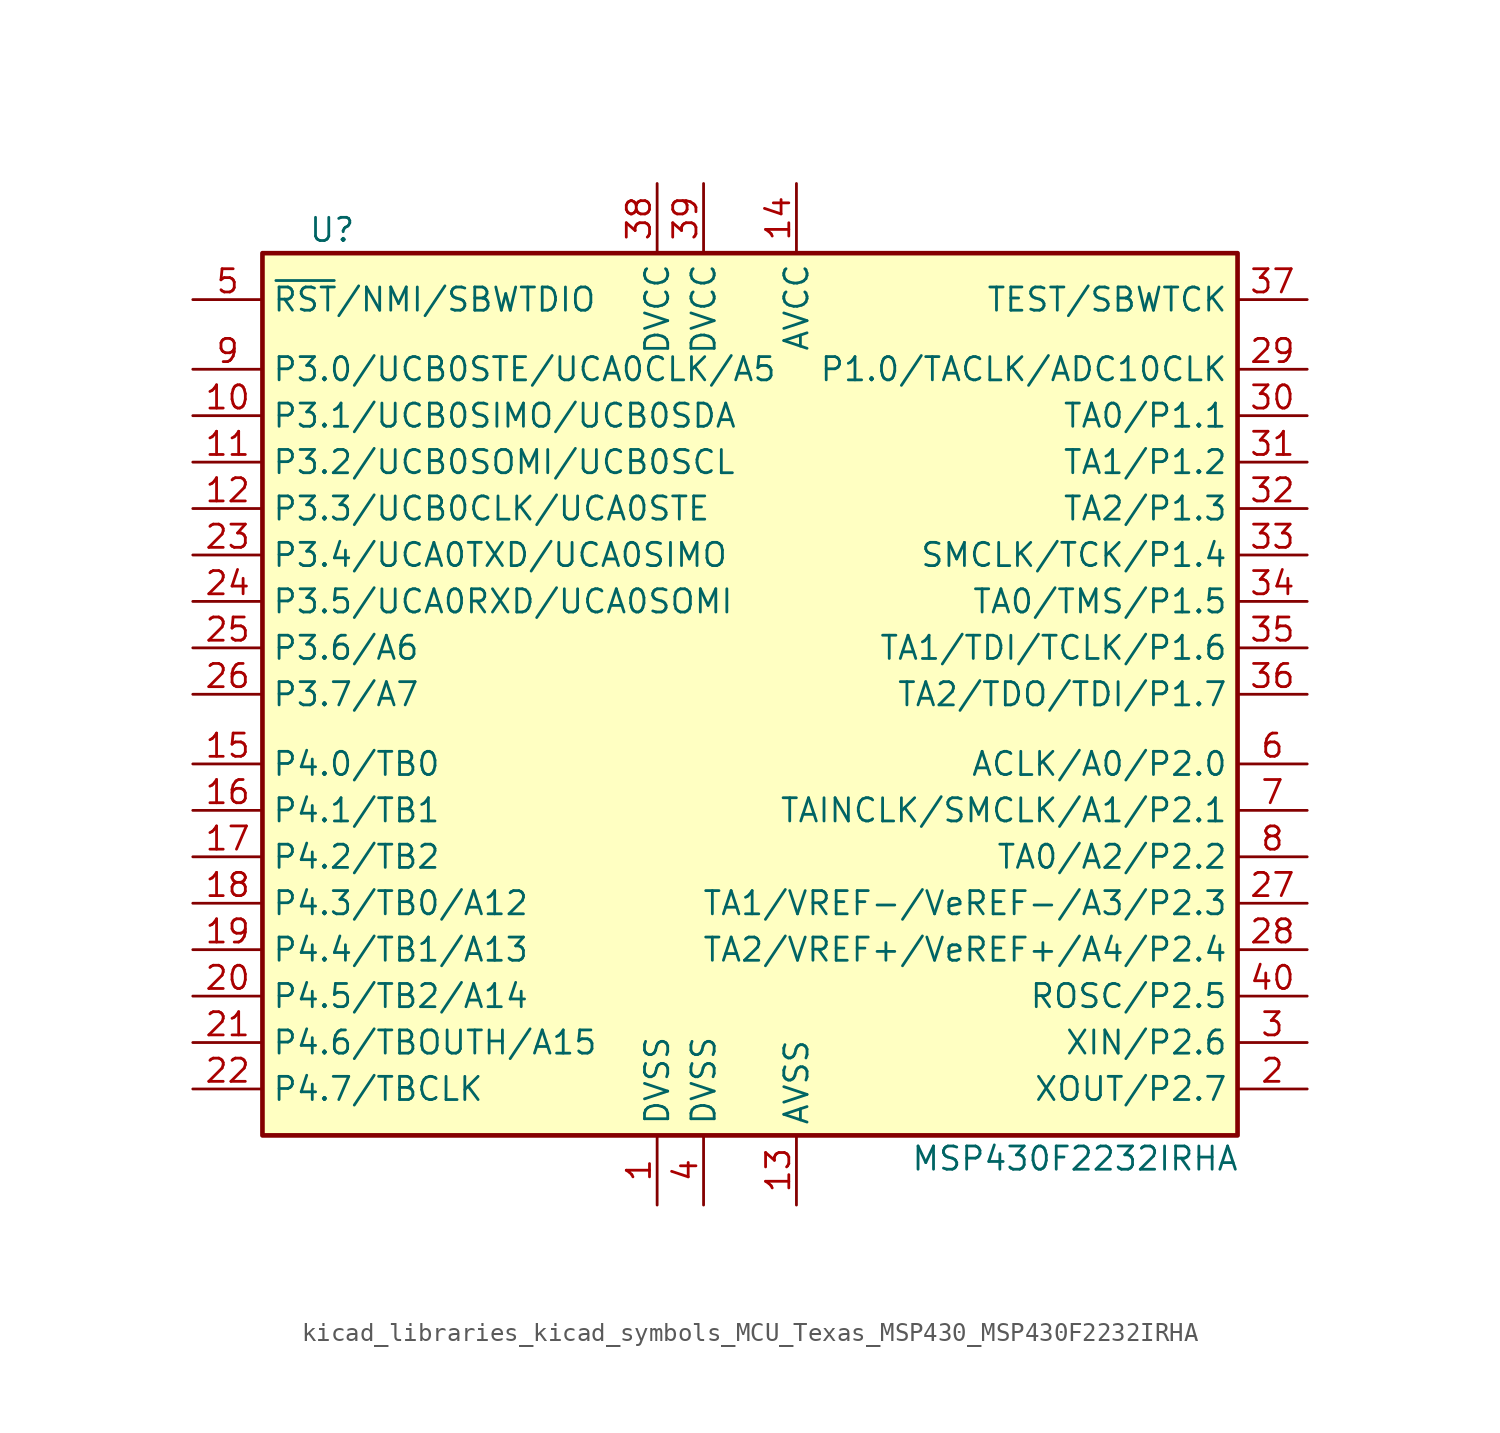
<source format=kicad_sym>
(kicad_symbol_lib
  (version 20220914)
  (generator kicad_symbol_editor)
  (symbol "kicad_libraries_kicad_symbols_MCU_Texas_MSP430_MSP430F2232IRHA"
    (property "Reference" "U"
      (at -22.86 25.4 0)
      (effects (font (size 1.27 1.27))))
    (property "Value" "MSP430F2232IRHA"
      (at 17.78 -25.4 0)
      (effects (font (size 1.27 1.27))))
    (symbol "kicad_libraries_kicad_symbols_MCU_Texas_MSP430_MSP430F2232IRHA_0_1"
      (rectangle (start -26.67 24.13) (end 26.67 -24.13) (stroke (width 0.254) (type default)) (fill (type background))))
    (symbol "kicad_libraries_kicad_symbols_MCU_Texas_MSP430_MSP430F2232IRHA_1_1"
      (pin power_in line (at -5.08 -27.94 90) (length 3.81) (name "DVSS" (effects (font (size 1.27 1.27)))) (number "1" (effects (font (size 1.27 1.27)))))
      (pin bidirectional line (at -30.48 15.24 0) (length 3.81) (name "P3.1/UCB0SIMO/UCB0SDA" (effects (font (size 1.27 1.27)))) (number "10" (effects (font (size 1.27 1.27)))))
      (pin bidirectional line (at -30.48 12.7 0) (length 3.81) (name "P3.2/UCB0SOMI/UCB0SCL" (effects (font (size 1.27 1.27)))) (number "11" (effects (font (size 1.27 1.27)))))
      (pin bidirectional line (at -30.48 10.16 0) (length 3.81) (name "P3.3/UCB0CLK/UCA0STE" (effects (font (size 1.27 1.27)))) (number "12" (effects (font (size 1.27 1.27)))))
      (pin power_in line (at 2.54 -27.94 90) (length 3.81) (name "AVSS" (effects (font (size 1.27 1.27)))) (number "13" (effects (font (size 1.27 1.27)))))
      (pin power_in line (at 2.54 27.94 270) (length 3.81) (name "AVCC" (effects (font (size 1.27 1.27)))) (number "14" (effects (font (size 1.27 1.27)))))
      (pin bidirectional line (at -30.48 -3.81 0) (length 3.81) (name "P4.0/TB0" (effects (font (size 1.27 1.27)))) (number "15" (effects (font (size 1.27 1.27)))))
      (pin bidirectional line (at -30.48 -6.35 0) (length 3.81) (name "P4.1/TB1" (effects (font (size 1.27 1.27)))) (number "16" (effects (font (size 1.27 1.27)))))
      (pin bidirectional line (at -30.48 -8.89 0) (length 3.81) (name "P4.2/TB2" (effects (font (size 1.27 1.27)))) (number "17" (effects (font (size 1.27 1.27)))))
      (pin bidirectional line (at -30.48 -11.43 0) (length 3.81) (name "P4.3/TB0/A12" (effects (font (size 1.27 1.27)))) (number "18" (effects (font (size 1.27 1.27)))))
      (pin bidirectional line (at -30.48 -13.97 0) (length 3.81) (name "P4.4/TB1/A13" (effects (font (size 1.27 1.27)))) (number "19" (effects (font (size 1.27 1.27)))))
      (pin bidirectional line (at 30.48 -21.59 180) (length 3.81) (name "XOUT/P2.7" (effects (font (size 1.27 1.27)))) (number "2" (effects (font (size 1.27 1.27)))))
      (pin bidirectional line (at -30.48 -16.51 0) (length 3.81) (name "P4.5/TB2/A14" (effects (font (size 1.27 1.27)))) (number "20" (effects (font (size 1.27 1.27)))))
      (pin bidirectional line (at -30.48 -19.05 0) (length 3.81) (name "P4.6/TBOUTH/A15" (effects (font (size 1.27 1.27)))) (number "21" (effects (font (size 1.27 1.27)))))
      (pin bidirectional line (at -30.48 -21.59 0) (length 3.81) (name "P4.7/TBCLK" (effects (font (size 1.27 1.27)))) (number "22" (effects (font (size 1.27 1.27)))))
      (pin bidirectional line (at -30.48 7.62 0) (length 3.81) (name "P3.4/UCA0TXD/UCA0SIMO" (effects (font (size 1.27 1.27)))) (number "23" (effects (font (size 1.27 1.27)))))
      (pin bidirectional line (at -30.48 5.08 0) (length 3.81) (name "P3.5/UCA0RXD/UCA0SOMI" (effects (font (size 1.27 1.27)))) (number "24" (effects (font (size 1.27 1.27)))))
      (pin bidirectional line (at -30.48 2.54 0) (length 3.81) (name "P3.6/A6" (effects (font (size 1.27 1.27)))) (number "25" (effects (font (size 1.27 1.27)))))
      (pin bidirectional line (at -30.48 0 0) (length 3.81) (name "P3.7/A7" (effects (font (size 1.27 1.27)))) (number "26" (effects (font (size 1.27 1.27)))))
      (pin bidirectional line (at 30.48 -11.43 180) (length 3.81) (name "TA1/VREF-/VeREF-/A3/P2.3" (effects (font (size 1.27 1.27)))) (number "27" (effects (font (size 1.27 1.27)))))
      (pin bidirectional line (at 30.48 -13.97 180) (length 3.81) (name "TA2/VREF+/VeREF+/A4/P2.4" (effects (font (size 1.27 1.27)))) (number "28" (effects (font (size 1.27 1.27)))))
      (pin bidirectional line (at 30.48 17.78 180) (length 3.81) (name "P1.0/TACLK/ADC10CLK" (effects (font (size 1.27 1.27)))) (number "29" (effects (font (size 1.27 1.27)))))
      (pin bidirectional line (at 30.48 -19.05 180) (length 3.81) (name "XIN/P2.6" (effects (font (size 1.27 1.27)))) (number "3" (effects (font (size 1.27 1.27)))))
      (pin bidirectional line (at 30.48 15.24 180) (length 3.81) (name "TA0/P1.1" (effects (font (size 1.27 1.27)))) (number "30" (effects (font (size 1.27 1.27)))))
      (pin bidirectional line (at 30.48 12.7 180) (length 3.81) (name "TA1/P1.2" (effects (font (size 1.27 1.27)))) (number "31" (effects (font (size 1.27 1.27)))))
      (pin bidirectional line (at 30.48 10.16 180) (length 3.81) (name "TA2/P1.3" (effects (font (size 1.27 1.27)))) (number "32" (effects (font (size 1.27 1.27)))))
      (pin bidirectional line (at 30.48 7.62 180) (length 3.81) (name "SMCLK/TCK/P1.4" (effects (font (size 1.27 1.27)))) (number "33" (effects (font (size 1.27 1.27)))))
      (pin bidirectional line (at 30.48 5.08 180) (length 3.81) (name "TA0/TMS/P1.5" (effects (font (size 1.27 1.27)))) (number "34" (effects (font (size 1.27 1.27)))))
      (pin bidirectional line (at 30.48 2.54 180) (length 3.81) (name "TA1/TDI/TCLK/P1.6" (effects (font (size 1.27 1.27)))) (number "35" (effects (font (size 1.27 1.27)))))
      (pin bidirectional line (at 30.48 0 180) (length 3.81) (name "TA2/TDO/TDI/P1.7" (effects (font (size 1.27 1.27)))) (number "36" (effects (font (size 1.27 1.27)))))
      (pin input line (at 30.48 21.59 180) (length 3.81) (name "TEST/SBWTCK" (effects (font (size 1.27 1.27)))) (number "37" (effects (font (size 1.27 1.27)))))
      (pin power_in line (at -5.08 27.94 270) (length 3.81) (name "DVCC" (effects (font (size 1.27 1.27)))) (number "38" (effects (font (size 1.27 1.27)))))
      (pin power_in line (at -2.54 27.94 270) (length 3.81) (name "DVCC" (effects (font (size 1.27 1.27)))) (number "39" (effects (font (size 1.27 1.27)))))
      (pin power_in line (at -2.54 -27.94 90) (length 3.81) (name "DVSS" (effects (font (size 1.27 1.27)))) (number "4" (effects (font (size 1.27 1.27)))))
      (pin bidirectional line (at 30.48 -16.51 180) (length 3.81) (name "ROSC/P2.5" (effects (font (size 1.27 1.27)))) (number "40" (effects (font (size 1.27 1.27)))))
      (pin input line (at -30.48 21.59 0) (length 3.81) (name "~{RST}/NMI/SBWTDIO" (effects (font (size 1.27 1.27)))) (number "5" (effects (font (size 1.27 1.27)))))
      (pin bidirectional line (at 30.48 -3.81 180) (length 3.81) (name "ACLK/A0/P2.0" (effects (font (size 1.27 1.27)))) (number "6" (effects (font (size 1.27 1.27)))))
      (pin bidirectional line (at 30.48 -6.35 180) (length 3.81) (name "TAINCLK/SMCLK/A1/P2.1" (effects (font (size 1.27 1.27)))) (number "7" (effects (font (size 1.27 1.27)))))
      (pin bidirectional line (at 30.48 -8.89 180) (length 3.81) (name "TA0/A2/P2.2" (effects (font (size 1.27 1.27)))) (number "8" (effects (font (size 1.27 1.27)))))
      (pin bidirectional line (at -30.48 17.78 0) (length 3.81) (name "P3.0/UCB0STE/UCA0CLK/A5" (effects (font (size 1.27 1.27)))) (number "9" (effects (font (size 1.27 1.27))))))))
</source>
